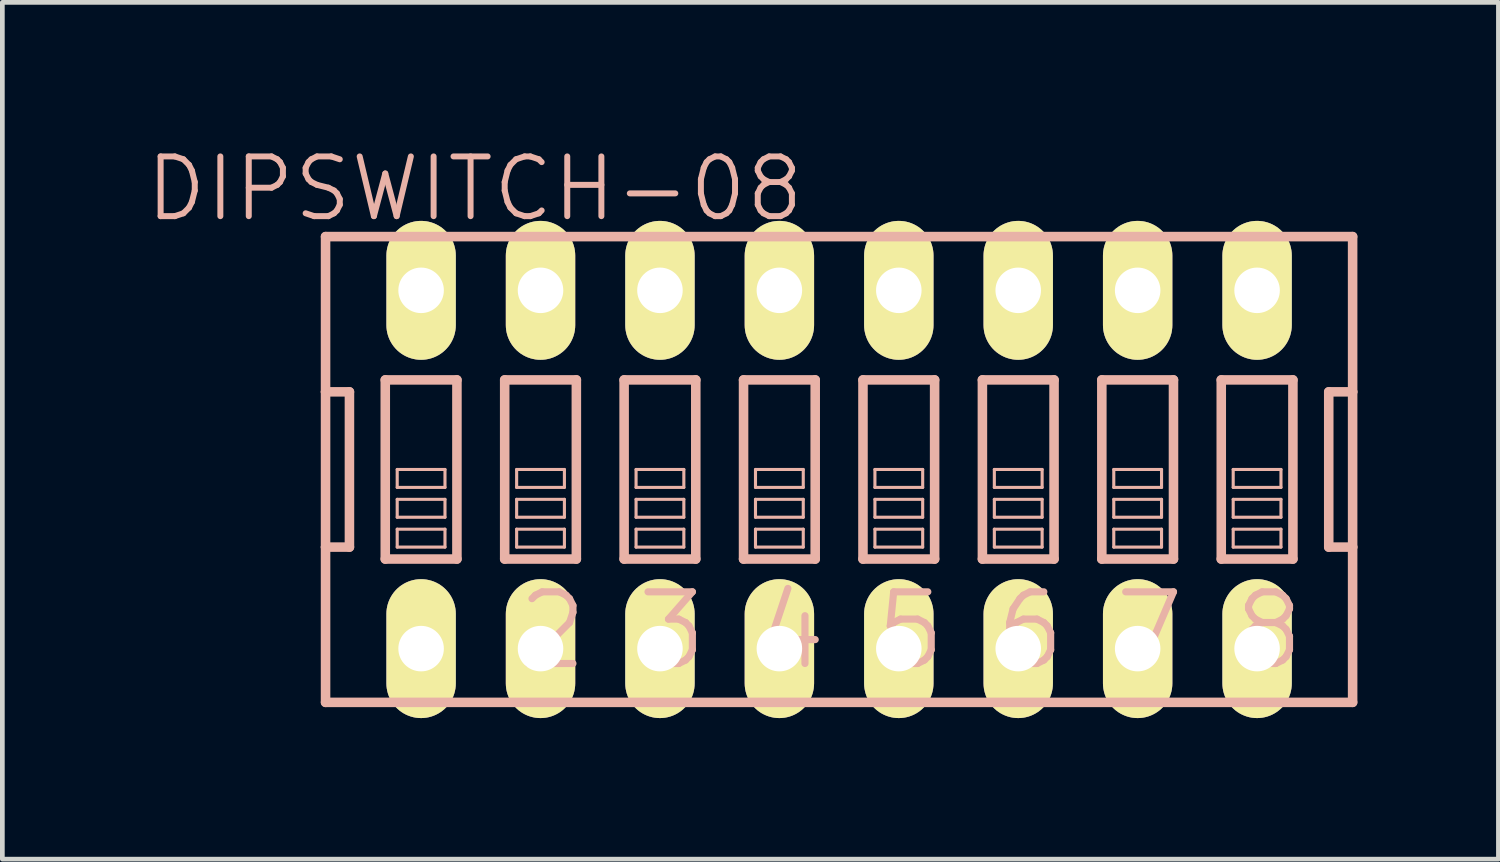
<source format=kicad_pcb>
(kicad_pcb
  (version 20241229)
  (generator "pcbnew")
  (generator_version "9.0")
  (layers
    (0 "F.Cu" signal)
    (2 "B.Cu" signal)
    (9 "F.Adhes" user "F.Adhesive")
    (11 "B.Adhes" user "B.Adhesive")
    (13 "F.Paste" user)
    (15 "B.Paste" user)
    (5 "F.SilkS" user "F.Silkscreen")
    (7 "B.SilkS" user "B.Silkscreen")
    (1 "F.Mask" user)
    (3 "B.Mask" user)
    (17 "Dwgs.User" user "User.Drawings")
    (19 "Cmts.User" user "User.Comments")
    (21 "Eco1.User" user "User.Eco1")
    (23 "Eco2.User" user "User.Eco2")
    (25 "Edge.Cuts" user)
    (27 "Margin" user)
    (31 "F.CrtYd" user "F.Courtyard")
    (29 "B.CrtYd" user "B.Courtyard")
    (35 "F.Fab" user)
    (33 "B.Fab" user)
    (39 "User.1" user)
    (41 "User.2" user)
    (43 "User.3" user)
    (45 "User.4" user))
  (footprint "DIPSWITCH-08"
    (layer "F.Cu")
    (at 14.796 6.935)
    (property "Reference" "DIPSWITCH-08" (at -7.747 -5.969 0) (layer "B.SilkS") (effects (font (size 1.27 1.27) (thickness 0.127))))
    (attr exclude_from_pos_files exclude_from_bom)
    (fp_line (start -10.922 -4.953) (end -10.922 -1.651) (stroke (width 0.203) (type solid)) (layer "B.SilkS"))
    (fp_line (start -10.922 -1.651) (end -10.922 1.651) (stroke (width 0.203) (type solid)) (layer "B.SilkS"))
    (fp_line (start -10.922 1.651) (end -10.922 4.953) (stroke (width 0.203) (type solid)) (layer "B.SilkS"))
    (fp_line (start -10.922 1.651) (end -10.414 1.651) (stroke (width 0.203) (type solid)) (layer "B.SilkS"))
    (fp_line (start -10.922 4.953) (end 10.922 4.953) (stroke (width 0.203) (type solid)) (layer "B.SilkS"))
    (fp_line (start -10.414 -1.651) (end -10.922 -1.651) (stroke (width 0.203) (type solid)) (layer "B.SilkS"))
    (fp_line (start -10.414 1.651) (end -10.414 -1.651) (stroke (width 0.203) (type solid)) (layer "B.SilkS"))
    (fp_line (start -9.652 -1.905) (end -9.652 1.905) (stroke (width 0.203) (type solid)) (layer "B.SilkS"))
    (fp_line (start -9.652 -1.905) (end -8.128 -1.905) (stroke (width 0.203) (type solid)) (layer "B.SilkS"))
    (fp_line (start -9.398 0) (end -8.382 0) (stroke (width 0.066) (type solid)) (layer "B.SilkS"))
    (fp_line (start -9.398 0.381) (end -9.398 0) (stroke (width 0.066) (type solid)) (layer "B.SilkS"))
    (fp_line (start -9.398 0.381) (end -8.382 0.381) (stroke (width 0.066) (type solid)) (layer "B.SilkS"))
    (fp_line (start -9.398 0.635) (end -8.382 0.635) (stroke (width 0.066) (type solid)) (layer "B.SilkS"))
    (fp_line (start -9.398 1.016) (end -9.398 0.635) (stroke (width 0.066) (type solid)) (layer "B.SilkS"))
    (fp_line (start -9.398 1.016) (end -8.382 1.016) (stroke (width 0.066) (type solid)) (layer "B.SilkS"))
    (fp_line (start -9.398 1.27) (end -8.382 1.27) (stroke (width 0.066) (type solid)) (layer "B.SilkS"))
    (fp_line (start -9.398 1.651) (end -9.398 1.27) (stroke (width 0.066) (type solid)) (layer "B.SilkS"))
    (fp_line (start -9.398 1.651) (end -8.382 1.651) (stroke (width 0.066) (type solid)) (layer "B.SilkS"))
    (fp_line (start -8.382 0.381) (end -8.382 0) (stroke (width 0.066) (type solid)) (layer "B.SilkS"))
    (fp_line (start -8.382 1.016) (end -8.382 0.635) (stroke (width 0.066) (type solid)) (layer "B.SilkS"))
    (fp_line (start -8.382 1.651) (end -8.382 1.27) (stroke (width 0.066) (type solid)) (layer "B.SilkS"))
    (fp_line (start -8.128 1.905) (end -9.652 1.905) (stroke (width 0.203) (type solid)) (layer "B.SilkS"))
    (fp_line (start -8.128 1.905) (end -8.128 -1.905) (stroke (width 0.203) (type solid)) (layer "B.SilkS"))
    (fp_line (start -7.112 -1.905) (end -7.112 1.905) (stroke (width 0.203) (type solid)) (layer "B.SilkS"))
    (fp_line (start -7.112 -1.905) (end -5.588 -1.905) (stroke (width 0.203) (type solid)) (layer "B.SilkS"))
    (fp_line (start -6.858 0) (end -5.842 0) (stroke (width 0.066) (type solid)) (layer "B.SilkS"))
    (fp_line (start -6.858 0.381) (end -6.858 0) (stroke (width 0.066) (type solid)) (layer "B.SilkS"))
    (fp_line (start -6.858 0.381) (end -5.842 0.381) (stroke (width 0.066) (type solid)) (layer "B.SilkS"))
    (fp_line (start -6.858 0.635) (end -5.842 0.635) (stroke (width 0.066) (type solid)) (layer "B.SilkS"))
    (fp_line (start -6.858 1.016) (end -6.858 0.635) (stroke (width 0.066) (type solid)) (layer "B.SilkS"))
    (fp_line (start -6.858 1.016) (end -5.842 1.016) (stroke (width 0.066) (type solid)) (layer "B.SilkS"))
    (fp_line (start -6.858 1.27) (end -5.842 1.27) (stroke (width 0.066) (type solid)) (layer "B.SilkS"))
    (fp_line (start -6.858 1.651) (end -6.858 1.27) (stroke (width 0.066) (type solid)) (layer "B.SilkS"))
    (fp_line (start -6.858 1.651) (end -5.842 1.651) (stroke (width 0.066) (type solid)) (layer "B.SilkS"))
    (fp_line (start -5.842 0.381) (end -5.842 0) (stroke (width 0.066) (type solid)) (layer "B.SilkS"))
    (fp_line (start -5.842 1.016) (end -5.842 0.635) (stroke (width 0.066) (type solid)) (layer "B.SilkS"))
    (fp_line (start -5.842 1.651) (end -5.842 1.27) (stroke (width 0.066) (type solid)) (layer "B.SilkS"))
    (fp_line (start -5.588 1.905) (end -7.112 1.905) (stroke (width 0.203) (type solid)) (layer "B.SilkS"))
    (fp_line (start -5.588 1.905) (end -5.588 -1.905) (stroke (width 0.203) (type solid)) (layer "B.SilkS"))
    (fp_line (start -4.572 -1.905) (end -4.572 1.905) (stroke (width 0.203) (type solid)) (layer "B.SilkS"))
    (fp_line (start -4.572 -1.905) (end -3.048 -1.905) (stroke (width 0.203) (type solid)) (layer "B.SilkS"))
    (fp_line (start -4.318 0) (end -3.302 0) (stroke (width 0.066) (type solid)) (layer "B.SilkS"))
    (fp_line (start -4.318 0.381) (end -4.318 0) (stroke (width 0.066) (type solid)) (layer "B.SilkS"))
    (fp_line (start -4.318 0.381) (end -3.302 0.381) (stroke (width 0.066) (type solid)) (layer "B.SilkS"))
    (fp_line (start -4.318 0.635) (end -3.302 0.635) (stroke (width 0.066) (type solid)) (layer "B.SilkS"))
    (fp_line (start -4.318 1.016) (end -4.318 0.635) (stroke (width 0.066) (type solid)) (layer "B.SilkS"))
    (fp_line (start -4.318 1.016) (end -3.302 1.016) (stroke (width 0.066) (type solid)) (layer "B.SilkS"))
    (fp_line (start -4.318 1.27) (end -3.302 1.27) (stroke (width 0.066) (type solid)) (layer "B.SilkS"))
    (fp_line (start -4.318 1.651) (end -4.318 1.27) (stroke (width 0.066) (type solid)) (layer "B.SilkS"))
    (fp_line (start -4.318 1.651) (end -3.302 1.651) (stroke (width 0.066) (type solid)) (layer "B.SilkS"))
    (fp_line (start -3.302 0.381) (end -3.302 0) (stroke (width 0.066) (type solid)) (layer "B.SilkS"))
    (fp_line (start -3.302 1.016) (end -3.302 0.635) (stroke (width 0.066) (type solid)) (layer "B.SilkS"))
    (fp_line (start -3.302 1.651) (end -3.302 1.27) (stroke (width 0.066) (type solid)) (layer "B.SilkS"))
    (fp_line (start -3.048 1.905) (end -4.572 1.905) (stroke (width 0.203) (type solid)) (layer "B.SilkS"))
    (fp_line (start -3.048 1.905) (end -3.048 -1.905) (stroke (width 0.203) (type solid)) (layer "B.SilkS"))
    (fp_line (start -2.032 -1.905) (end -2.032 1.905) (stroke (width 0.203) (type solid)) (layer "B.SilkS"))
    (fp_line (start -2.032 -1.905) (end -0.508 -1.905) (stroke (width 0.203) (type solid)) (layer "B.SilkS"))
    (fp_line (start -1.778 0) (end -0.762 0) (stroke (width 0.066) (type solid)) (layer "B.SilkS"))
    (fp_line (start -1.778 0.381) (end -1.778 0) (stroke (width 0.066) (type solid)) (layer "B.SilkS"))
    (fp_line (start -1.778 0.381) (end -0.762 0.381) (stroke (width 0.066) (type solid)) (layer "B.SilkS"))
    (fp_line (start -1.778 0.635) (end -0.762 0.635) (stroke (width 0.066) (type solid)) (layer "B.SilkS"))
    (fp_line (start -1.778 1.016) (end -1.778 0.635) (stroke (width 0.066) (type solid)) (layer "B.SilkS"))
    (fp_line (start -1.778 1.016) (end -0.762 1.016) (stroke (width 0.066) (type solid)) (layer "B.SilkS"))
    (fp_line (start -1.778 1.27) (end -0.762 1.27) (stroke (width 0.066) (type solid)) (layer "B.SilkS"))
    (fp_line (start -1.778 1.651) (end -1.778 1.27) (stroke (width 0.066) (type solid)) (layer "B.SilkS"))
    (fp_line (start -1.778 1.651) (end -0.762 1.651) (stroke (width 0.066) (type solid)) (layer "B.SilkS"))
    (fp_line (start -0.762 0.381) (end -0.762 0) (stroke (width 0.066) (type solid)) (layer "B.SilkS"))
    (fp_line (start -0.762 1.016) (end -0.762 0.635) (stroke (width 0.066) (type solid)) (layer "B.SilkS"))
    (fp_line (start -0.762 1.651) (end -0.762 1.27) (stroke (width 0.066) (type solid)) (layer "B.SilkS"))
    (fp_line (start -0.508 1.905) (end -2.032 1.905) (stroke (width 0.203) (type solid)) (layer "B.SilkS"))
    (fp_line (start -0.508 1.905) (end -0.508 -1.905) (stroke (width 0.203) (type solid)) (layer "B.SilkS"))
    (fp_line (start 0.508 -1.905) (end 0.508 1.905) (stroke (width 0.203) (type solid)) (layer "B.SilkS"))
    (fp_line (start 0.508 -1.905) (end 2.032 -1.905) (stroke (width 0.203) (type solid)) (layer "B.SilkS"))
    (fp_line (start 0.762 0) (end 1.778 0) (stroke (width 0.066) (type solid)) (layer "B.SilkS"))
    (fp_line (start 0.762 0.381) (end 0.762 0) (stroke (width 0.066) (type solid)) (layer "B.SilkS"))
    (fp_line (start 0.762 0.381) (end 1.778 0.381) (stroke (width 0.066) (type solid)) (layer "B.SilkS"))
    (fp_line (start 0.762 0.635) (end 1.778 0.635) (stroke (width 0.066) (type solid)) (layer "B.SilkS"))
    (fp_line (start 0.762 1.016) (end 0.762 0.635) (stroke (width 0.066) (type solid)) (layer "B.SilkS"))
    (fp_line (start 0.762 1.016) (end 1.778 1.016) (stroke (width 0.066) (type solid)) (layer "B.SilkS"))
    (fp_line (start 0.762 1.27) (end 1.778 1.27) (stroke (width 0.066) (type solid)) (layer "B.SilkS"))
    (fp_line (start 0.762 1.651) (end 0.762 1.27) (stroke (width 0.066) (type solid)) (layer "B.SilkS"))
    (fp_line (start 0.762 1.651) (end 1.778 1.651) (stroke (width 0.066) (type solid)) (layer "B.SilkS"))
    (fp_line (start 1.778 0.381) (end 1.778 0) (stroke (width 0.066) (type solid)) (layer "B.SilkS"))
    (fp_line (start 1.778 1.016) (end 1.778 0.635) (stroke (width 0.066) (type solid)) (layer "B.SilkS"))
    (fp_line (start 1.778 1.651) (end 1.778 1.27) (stroke (width 0.066) (type solid)) (layer "B.SilkS"))
    (fp_line (start 2.032 1.905) (end 0.508 1.905) (stroke (width 0.203) (type solid)) (layer "B.SilkS"))
    (fp_line (start 2.032 1.905) (end 2.032 -1.905) (stroke (width 0.203) (type solid)) (layer "B.SilkS"))
    (fp_line (start 3.048 -1.905) (end 3.048 1.905) (stroke (width 0.203) (type solid)) (layer "B.SilkS"))
    (fp_line (start 3.048 -1.905) (end 4.572 -1.905) (stroke (width 0.203) (type solid)) (layer "B.SilkS"))
    (fp_line (start 3.302 0) (end 4.318 0) (stroke (width 0.066) (type solid)) (layer "B.SilkS"))
    (fp_line (start 3.302 0.381) (end 3.302 0) (stroke (width 0.066) (type solid)) (layer "B.SilkS"))
    (fp_line (start 3.302 0.381) (end 4.318 0.381) (stroke (width 0.066) (type solid)) (layer "B.SilkS"))
    (fp_line (start 3.302 0.635) (end 4.318 0.635) (stroke (width 0.066) (type solid)) (layer "B.SilkS"))
    (fp_line (start 3.302 1.016) (end 3.302 0.635) (stroke (width 0.066) (type solid)) (layer "B.SilkS"))
    (fp_line (start 3.302 1.016) (end 4.318 1.016) (stroke (width 0.066) (type solid)) (layer "B.SilkS"))
    (fp_line (start 3.302 1.27) (end 4.318 1.27) (stroke (width 0.066) (type solid)) (layer "B.SilkS"))
    (fp_line (start 3.302 1.651) (end 3.302 1.27) (stroke (width 0.066) (type solid)) (layer "B.SilkS"))
    (fp_line (start 3.302 1.651) (end 4.318 1.651) (stroke (width 0.066) (type solid)) (layer "B.SilkS"))
    (fp_line (start 4.318 0.381) (end 4.318 0) (stroke (width 0.066) (type solid)) (layer "B.SilkS"))
    (fp_line (start 4.318 1.016) (end 4.318 0.635) (stroke (width 0.066) (type solid)) (layer "B.SilkS"))
    (fp_line (start 4.318 1.651) (end 4.318 1.27) (stroke (width 0.066) (type solid)) (layer "B.SilkS"))
    (fp_line (start 4.572 1.905) (end 3.048 1.905) (stroke (width 0.203) (type solid)) (layer "B.SilkS"))
    (fp_line (start 4.572 1.905) (end 4.572 -1.905) (stroke (width 0.203) (type solid)) (layer "B.SilkS"))
    (fp_line (start 5.588 -1.905) (end 5.588 1.905) (stroke (width 0.203) (type solid)) (layer "B.SilkS"))
    (fp_line (start 5.588 -1.905) (end 7.112 -1.905) (stroke (width 0.203) (type solid)) (layer "B.SilkS"))
    (fp_line (start 5.842 0) (end 6.858 0) (stroke (width 0.066) (type solid)) (layer "B.SilkS"))
    (fp_line (start 5.842 0.381) (end 5.842 0) (stroke (width 0.066) (type solid)) (layer "B.SilkS"))
    (fp_line (start 5.842 0.381) (end 6.858 0.381) (stroke (width 0.066) (type solid)) (layer "B.SilkS"))
    (fp_line (start 5.842 0.635) (end 6.858 0.635) (stroke (width 0.066) (type solid)) (layer "B.SilkS"))
    (fp_line (start 5.842 1.016) (end 5.842 0.635) (stroke (width 0.066) (type solid)) (layer "B.SilkS"))
    (fp_line (start 5.842 1.016) (end 6.858 1.016) (stroke (width 0.066) (type solid)) (layer "B.SilkS"))
    (fp_line (start 5.842 1.27) (end 6.858 1.27) (stroke (width 0.066) (type solid)) (layer "B.SilkS"))
    (fp_line (start 5.842 1.651) (end 5.842 1.27) (stroke (width 0.066) (type solid)) (layer "B.SilkS"))
    (fp_line (start 5.842 1.651) (end 6.858 1.651) (stroke (width 0.066) (type solid)) (layer "B.SilkS"))
    (fp_line (start 6.858 0.381) (end 6.858 0) (stroke (width 0.066) (type solid)) (layer "B.SilkS"))
    (fp_line (start 6.858 1.016) (end 6.858 0.635) (stroke (width 0.066) (type solid)) (layer "B.SilkS"))
    (fp_line (start 6.858 1.651) (end 6.858 1.27) (stroke (width 0.066) (type solid)) (layer "B.SilkS"))
    (fp_line (start 7.112 1.905) (end 5.588 1.905) (stroke (width 0.203) (type solid)) (layer "B.SilkS"))
    (fp_line (start 7.112 1.905) (end 7.112 -1.905) (stroke (width 0.203) (type solid)) (layer "B.SilkS"))
    (fp_line (start 8.128 -1.905) (end 8.128 1.905) (stroke (width 0.203) (type solid)) (layer "B.SilkS"))
    (fp_line (start 8.128 -1.905) (end 9.652 -1.905) (stroke (width 0.203) (type solid)) (layer "B.SilkS"))
    (fp_line (start 8.382 0) (end 9.398 0) (stroke (width 0.066) (type solid)) (layer "B.SilkS"))
    (fp_line (start 8.382 0.381) (end 8.382 0) (stroke (width 0.066) (type solid)) (layer "B.SilkS"))
    (fp_line (start 8.382 0.381) (end 9.398 0.381) (stroke (width 0.066) (type solid)) (layer "B.SilkS"))
    (fp_line (start 8.382 0.635) (end 9.398 0.635) (stroke (width 0.066) (type solid)) (layer "B.SilkS"))
    (fp_line (start 8.382 1.016) (end 8.382 0.635) (stroke (width 0.066) (type solid)) (layer "B.SilkS"))
    (fp_line (start 8.382 1.016) (end 9.398 1.016) (stroke (width 0.066) (type solid)) (layer "B.SilkS"))
    (fp_line (start 8.382 1.27) (end 9.398 1.27) (stroke (width 0.066) (type solid)) (layer "B.SilkS"))
    (fp_line (start 8.382 1.651) (end 8.382 1.27) (stroke (width 0.066) (type solid)) (layer "B.SilkS"))
    (fp_line (start 8.382 1.651) (end 9.398 1.651) (stroke (width 0.066) (type solid)) (layer "B.SilkS"))
    (fp_line (start 9.398 0.381) (end 9.398 0) (stroke (width 0.066) (type solid)) (layer "B.SilkS"))
    (fp_line (start 9.398 1.016) (end 9.398 0.635) (stroke (width 0.066) (type solid)) (layer "B.SilkS"))
    (fp_line (start 9.398 1.651) (end 9.398 1.27) (stroke (width 0.066) (type solid)) (layer "B.SilkS"))
    (fp_line (start 9.652 1.905) (end 8.128 1.905) (stroke (width 0.203) (type solid)) (layer "B.SilkS"))
    (fp_line (start 9.652 1.905) (end 9.652 -1.905) (stroke (width 0.203) (type solid)) (layer "B.SilkS"))
    (fp_line (start 10.414 -1.651) (end 10.414 1.651) (stroke (width 0.203) (type solid)) (layer "B.SilkS"))
    (fp_line (start 10.414 1.651) (end 10.922 1.651) (stroke (width 0.203) (type solid)) (layer "B.SilkS"))
    (fp_line (start 10.922 -4.953) (end -10.922 -4.953) (stroke (width 0.203) (type solid)) (layer "B.SilkS"))
    (fp_line (start 10.922 -1.651) (end 10.414 -1.651) (stroke (width 0.203) (type solid)) (layer "B.SilkS"))
    (fp_line (start 10.922 -1.651) (end 10.922 -4.953) (stroke (width 0.203) (type solid)) (layer "B.SilkS"))
    (fp_line (start 10.922 1.651) (end 10.922 -1.651) (stroke (width 0.203) (type solid)) (layer "B.SilkS"))
    (fp_line (start 10.922 4.953) (end 10.922 1.651) (stroke (width 0.203) (type solid)) (layer "B.SilkS"))
    (fp_text user "6" (at 4.064 3.429 0) (layer "B.SilkS") (effects (font (size 1.524 1.524) (thickness 0.152))))
    (fp_text user "8" (at 9.144 3.429 0) (layer "B.SilkS") (effects (font (size 1.524 1.524) (thickness 0.152))))
    (fp_text user "5" (at 1.524 3.429 0) (layer "B.SilkS") (effects (font (size 1.524 1.524) (thickness 0.152))))
    (fp_text user "3" (at -3.556 3.429 0) (layer "B.SilkS") (effects (font (size 1.524 1.524) (thickness 0.152))))
    (fp_text user "2" (at -6.096 3.429 0) (layer "B.SilkS") (effects (font (size 1.524 1.524) (thickness 0.152))))
    (fp_text user "7" (at 6.604 3.429 0) (layer "B.SilkS") (effects (font (size 1.524 1.524) (thickness 0.152))))
    (fp_text user "4" (at -1.016 3.429 0) (layer "B.SilkS") (effects (font (size 1.524 1.524) (thickness 0.152))))
    (pad "1" thru_hole oval (at -8.89 3.81 180) (size 1.476 2.954) (drill 0.968) (layers "*.Cu" "F.Mask" "F.SilkS" "F.Paste"))
    (pad "2" thru_hole oval (at -6.35 3.81 180) (size 1.476 2.954) (drill 0.968) (layers "*.Cu" "F.Mask" "F.SilkS" "F.Paste"))
    (pad "3" thru_hole oval (at -3.81 3.81 180) (size 1.476 2.954) (drill 0.968) (layers "*.Cu" "F.Mask" "F.SilkS" "F.Paste"))
    (pad "4" thru_hole oval (at -1.27 3.81 180) (size 1.476 2.954) (drill 0.968) (layers "*.Cu" "F.Mask" "F.SilkS" "F.Paste"))
    (pad "5" thru_hole oval (at 1.27 3.81 180) (size 1.476 2.954) (drill 0.968) (layers "*.Cu" "F.Mask" "F.SilkS" "F.Paste"))
    (pad "6" thru_hole oval (at 3.81 3.81 180) (size 1.476 2.954) (drill 0.968) (layers "*.Cu" "F.Mask" "F.SilkS" "F.Paste"))
    (pad "7" thru_hole oval (at 6.35 3.81 180) (size 1.476 2.954) (drill 0.968) (layers "*.Cu" "F.Mask" "F.SilkS" "F.Paste"))
    (pad "8" thru_hole oval (at 8.89 3.81 180) (size 1.476 2.954) (drill 0.968) (layers "*.Cu" "F.Mask" "F.SilkS" "F.Paste"))
    (pad "9" thru_hole oval (at 8.89 -3.81 180) (size 1.476 2.954) (drill 0.968) (layers "*.Cu" "F.Mask" "F.SilkS" "F.Paste"))
    (pad "10" thru_hole oval (at 6.35 -3.81 180) (size 1.476 2.954) (drill 0.968) (layers "*.Cu" "F.Mask" "F.SilkS" "F.Paste"))
    (pad "11" thru_hole oval (at 3.81 -3.81 180) (size 1.476 2.954) (drill 0.968) (layers "*.Cu" "F.Mask" "F.SilkS" "F.Paste"))
    (pad "12" thru_hole oval (at 1.27 -3.81 180) (size 1.476 2.954) (drill 0.968) (layers "*.Cu" "F.Mask" "F.SilkS" "F.Paste"))
    (pad "13" thru_hole oval (at -1.27 -3.81 180) (size 1.476 2.954) (drill 0.968) (layers "*.Cu" "F.Mask" "F.SilkS" "F.Paste"))
    (pad "14" thru_hole oval (at -3.81 -3.81 180) (size 1.476 2.954) (drill 0.968) (layers "*.Cu" "F.Mask" "F.SilkS" "F.Paste"))
    (pad "15" thru_hole oval (at -6.35 -3.81 180) (size 1.476 2.954) (drill 0.968) (layers "*.Cu" "F.Mask" "F.SilkS" "F.Paste"))
    (pad "16" thru_hole oval (at -8.89 -3.81 180) (size 1.476 2.954) (drill 0.968) (layers "*.Cu" "F.Mask" "F.SilkS" "F.Paste")))
  (gr_rect
    (start -3 -3)
    (end 28.819 15.222)
    (stroke (width 0.1) (type default))
    (fill no)
    (layer "Edge.Cuts")))
</source>
